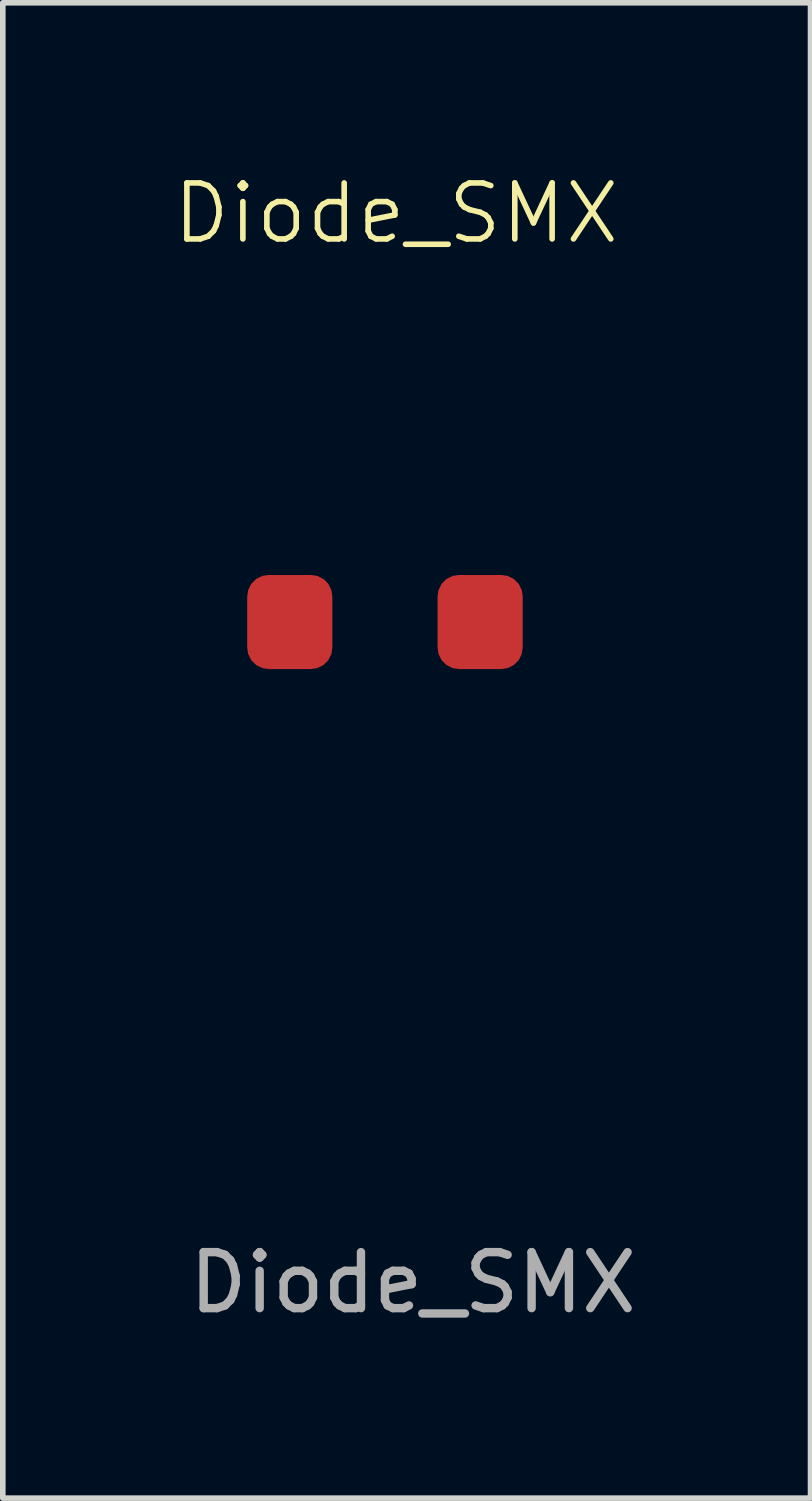
<source format=kicad_pcb>
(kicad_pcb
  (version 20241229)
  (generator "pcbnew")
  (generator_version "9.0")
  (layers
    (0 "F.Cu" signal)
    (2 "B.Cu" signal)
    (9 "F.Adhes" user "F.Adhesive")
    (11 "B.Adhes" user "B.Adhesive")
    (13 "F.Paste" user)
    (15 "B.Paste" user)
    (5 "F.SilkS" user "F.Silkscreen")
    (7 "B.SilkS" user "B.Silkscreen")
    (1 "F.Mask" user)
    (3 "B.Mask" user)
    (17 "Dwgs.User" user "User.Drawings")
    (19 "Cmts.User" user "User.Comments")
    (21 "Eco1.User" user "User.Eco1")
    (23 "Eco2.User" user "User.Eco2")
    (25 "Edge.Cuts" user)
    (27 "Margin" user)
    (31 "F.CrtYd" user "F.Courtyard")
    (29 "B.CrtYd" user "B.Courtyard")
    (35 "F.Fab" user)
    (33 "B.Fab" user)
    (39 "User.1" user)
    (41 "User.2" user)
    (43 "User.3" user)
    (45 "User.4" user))
  (footprint "Diode_SMX"
    (layer "F.Cu")
    (at 3.826 8.06)
    (property "Reference" "Diode_SMX" (at 0.2 -7.3 0) (unlocked yes) (layer "F.SilkS") (effects (font (size 1 1) (thickness 0.1))))
    (attr smd)
    (fp_text user "${REFERENCE}" (at 0.5 11.8 0) (unlocked yes) (layer "F.Fab") (effects (font (size 1 1) (thickness 0.15))))
    (pad "1" smd roundrect (at -1.7 0) (size 1.52 1.68) (layers "F.Cu" "F.Mask" "F.Paste") (roundrect_rratio 0.25))
    (pad "2" smd roundrect (at 1.7 0) (size 1.52 1.68) (layers "F.Cu" "F.Mask" "F.Paste") (roundrect_rratio 0.25)))
  (gr_rect
    (start -3 -3)
    (end 11.427 23.709)
    (stroke (width 0.1) (type default))
    (fill no)
    (layer "Edge.Cuts")))
</source>
